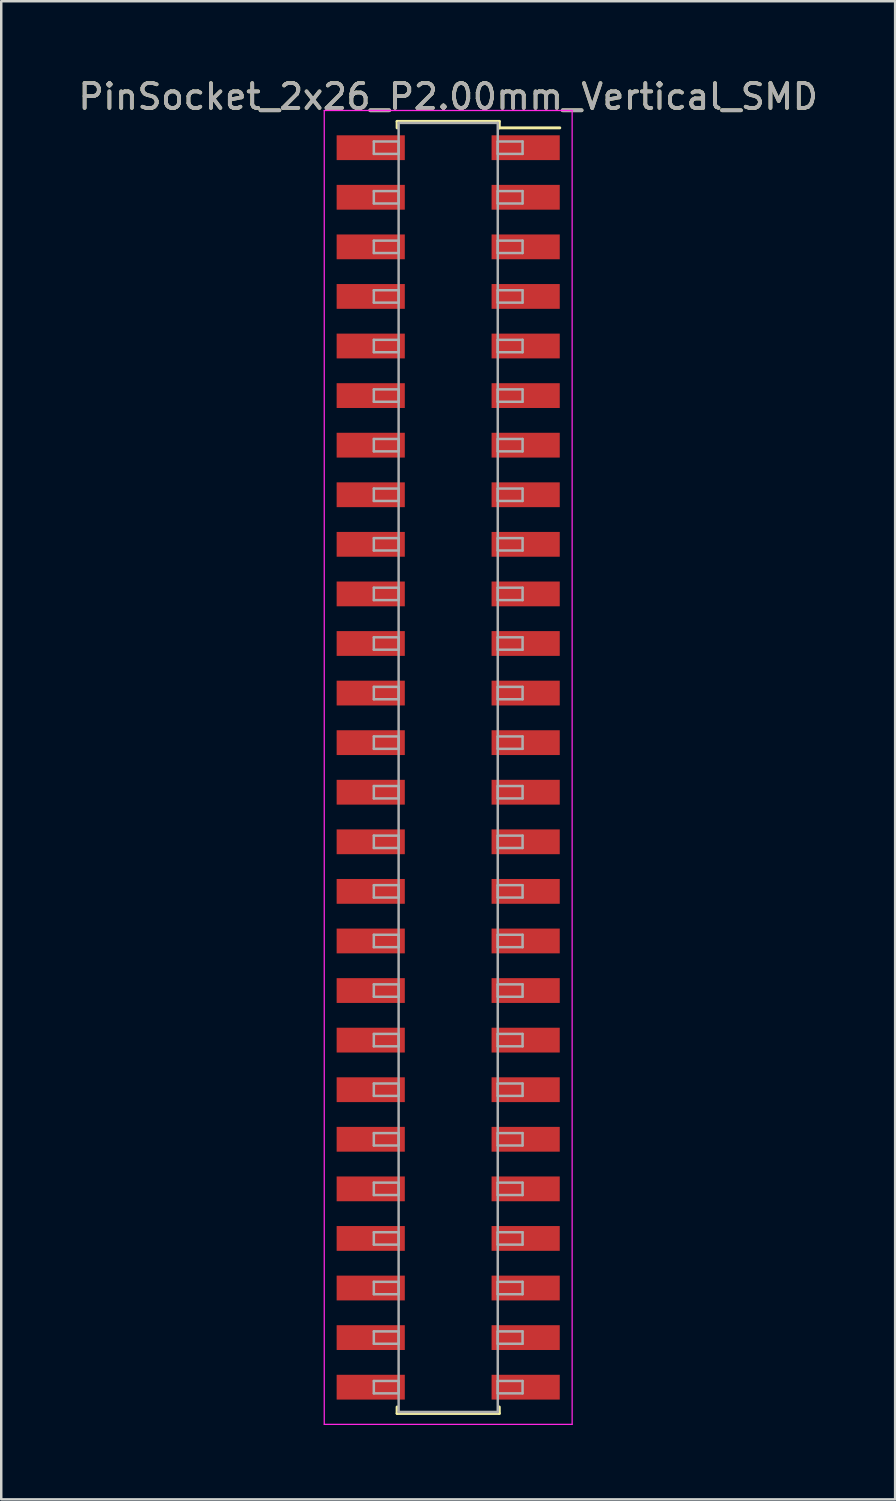
<source format=kicad_pcb>
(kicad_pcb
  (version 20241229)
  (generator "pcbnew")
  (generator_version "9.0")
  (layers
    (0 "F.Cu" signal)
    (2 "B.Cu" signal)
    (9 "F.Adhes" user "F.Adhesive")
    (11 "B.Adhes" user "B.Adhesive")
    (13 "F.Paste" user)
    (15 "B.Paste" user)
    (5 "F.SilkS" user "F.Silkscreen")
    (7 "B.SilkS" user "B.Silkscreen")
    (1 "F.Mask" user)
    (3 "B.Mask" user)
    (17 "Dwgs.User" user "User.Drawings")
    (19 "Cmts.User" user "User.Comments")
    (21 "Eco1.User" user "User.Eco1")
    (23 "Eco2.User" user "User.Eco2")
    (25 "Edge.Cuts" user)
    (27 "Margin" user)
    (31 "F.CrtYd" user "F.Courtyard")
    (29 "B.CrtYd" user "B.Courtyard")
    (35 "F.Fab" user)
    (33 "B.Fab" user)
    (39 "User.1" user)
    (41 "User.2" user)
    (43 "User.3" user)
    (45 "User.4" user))
  (footprint "PinSocket_2x26_P2.00mm_Vertical_SMD"
    (layer "F.Cu")
    (at 15.03 27.908)
    (property "Reference" "PinSocket_2x26_P2.00mm_Vertical_SMD" (at 0 -27.06 0) (layer "F.SilkS") (effects (font (size 1 1) (thickness 0.15))))
    (attr smd)
    (fp_line (start -2.06 -26.06) (end 2.06 -26.06) (stroke (width 0.12) (type solid)) (layer "F.SilkS"))
    (fp_line (start -2.06 -25.8) (end -2.06 -26.06) (stroke (width 0.12) (type solid)) (layer "F.SilkS"))
    (fp_line (start -2.06 25.8) (end -2.06 26.06) (stroke (width 0.12) (type solid)) (layer "F.SilkS"))
    (fp_line (start -2.06 26.06) (end 2.06 26.06) (stroke (width 0.12) (type solid)) (layer "F.SilkS"))
    (fp_line (start 2.06 -26.06) (end 2.06 -25.8) (stroke (width 0.12) (type solid)) (layer "F.SilkS"))
    (fp_line (start 2.06 26.06) (end 2.06 25.8) (stroke (width 0.12) (type solid)) (layer "F.SilkS"))
    (fp_line (start 4.5 -25.8) (end 2.06 -25.8) (stroke (width 0.12) (type solid)) (layer "F.SilkS"))
    (fp_line (start -5 -26.5) (end -5 26.5) (stroke (width 0.05) (type solid)) (layer "F.CrtYd"))
    (fp_line (start -5 26.5) (end 5 26.5) (stroke (width 0.05) (type solid)) (layer "F.CrtYd"))
    (fp_line (start 5 -26.5) (end -5 -26.5) (stroke (width 0.05) (type solid)) (layer "F.CrtYd"))
    (fp_line (start 5 26.5) (end 5 -26.5) (stroke (width 0.05) (type solid)) (layer "F.CrtYd"))
    (fp_line (start -3 -25.25) (end -2 -25.25) (stroke (width 0.1) (type solid)) (layer "F.Fab"))
    (fp_line (start -3 -24.75) (end -3 -25.25) (stroke (width 0.1) (type solid)) (layer "F.Fab"))
    (fp_line (start -3 -23.25) (end -2 -23.25) (stroke (width 0.1) (type solid)) (layer "F.Fab"))
    (fp_line (start -3 -22.75) (end -3 -23.25) (stroke (width 0.1) (type solid)) (layer "F.Fab"))
    (fp_line (start -3 -21.25) (end -2 -21.25) (stroke (width 0.1) (type solid)) (layer "F.Fab"))
    (fp_line (start -3 -20.75) (end -3 -21.25) (stroke (width 0.1) (type solid)) (layer "F.Fab"))
    (fp_line (start -3 -19.25) (end -2 -19.25) (stroke (width 0.1) (type solid)) (layer "F.Fab"))
    (fp_line (start -3 -18.75) (end -3 -19.25) (stroke (width 0.1) (type solid)) (layer "F.Fab"))
    (fp_line (start -3 -17.25) (end -2 -17.25) (stroke (width 0.1) (type solid)) (layer "F.Fab"))
    (fp_line (start -3 -16.75) (end -3 -17.25) (stroke (width 0.1) (type solid)) (layer "F.Fab"))
    (fp_line (start -3 -15.25) (end -2 -15.25) (stroke (width 0.1) (type solid)) (layer "F.Fab"))
    (fp_line (start -3 -14.75) (end -3 -15.25) (stroke (width 0.1) (type solid)) (layer "F.Fab"))
    (fp_line (start -3 -13.25) (end -2 -13.25) (stroke (width 0.1) (type solid)) (layer "F.Fab"))
    (fp_line (start -3 -12.75) (end -3 -13.25) (stroke (width 0.1) (type solid)) (layer "F.Fab"))
    (fp_line (start -3 -11.25) (end -2 -11.25) (stroke (width 0.1) (type solid)) (layer "F.Fab"))
    (fp_line (start -3 -10.75) (end -3 -11.25) (stroke (width 0.1) (type solid)) (layer "F.Fab"))
    (fp_line (start -3 -9.25) (end -2 -9.25) (stroke (width 0.1) (type solid)) (layer "F.Fab"))
    (fp_line (start -3 -8.75) (end -3 -9.25) (stroke (width 0.1) (type solid)) (layer "F.Fab"))
    (fp_line (start -3 -7.25) (end -2 -7.25) (stroke (width 0.1) (type solid)) (layer "F.Fab"))
    (fp_line (start -3 -6.75) (end -3 -7.25) (stroke (width 0.1) (type solid)) (layer "F.Fab"))
    (fp_line (start -3 -5.25) (end -2 -5.25) (stroke (width 0.1) (type solid)) (layer "F.Fab"))
    (fp_line (start -3 -4.75) (end -3 -5.25) (stroke (width 0.1) (type solid)) (layer "F.Fab"))
    (fp_line (start -3 -3.25) (end -2 -3.25) (stroke (width 0.1) (type solid)) (layer "F.Fab"))
    (fp_line (start -3 -2.75) (end -3 -3.25) (stroke (width 0.1) (type solid)) (layer "F.Fab"))
    (fp_line (start -3 -1.25) (end -2 -1.25) (stroke (width 0.1) (type solid)) (layer "F.Fab"))
    (fp_line (start -3 -0.75) (end -3 -1.25) (stroke (width 0.1) (type solid)) (layer "F.Fab"))
    (fp_line (start -3 0.75) (end -2 0.75) (stroke (width 0.1) (type solid)) (layer "F.Fab"))
    (fp_line (start -3 1.25) (end -3 0.75) (stroke (width 0.1) (type solid)) (layer "F.Fab"))
    (fp_line (start -3 2.75) (end -2 2.75) (stroke (width 0.1) (type solid)) (layer "F.Fab"))
    (fp_line (start -3 3.25) (end -3 2.75) (stroke (width 0.1) (type solid)) (layer "F.Fab"))
    (fp_line (start -3 4.75) (end -2 4.75) (stroke (width 0.1) (type solid)) (layer "F.Fab"))
    (fp_line (start -3 5.25) (end -3 4.75) (stroke (width 0.1) (type solid)) (layer "F.Fab"))
    (fp_line (start -3 6.75) (end -2 6.75) (stroke (width 0.1) (type solid)) (layer "F.Fab"))
    (fp_line (start -3 7.25) (end -3 6.75) (stroke (width 0.1) (type solid)) (layer "F.Fab"))
    (fp_line (start -3 8.75) (end -2 8.75) (stroke (width 0.1) (type solid)) (layer "F.Fab"))
    (fp_line (start -3 9.25) (end -3 8.75) (stroke (width 0.1) (type solid)) (layer "F.Fab"))
    (fp_line (start -3 10.75) (end -2 10.75) (stroke (width 0.1) (type solid)) (layer "F.Fab"))
    (fp_line (start -3 11.25) (end -3 10.75) (stroke (width 0.1) (type solid)) (layer "F.Fab"))
    (fp_line (start -3 12.75) (end -2 12.75) (stroke (width 0.1) (type solid)) (layer "F.Fab"))
    (fp_line (start -3 13.25) (end -3 12.75) (stroke (width 0.1) (type solid)) (layer "F.Fab"))
    (fp_line (start -3 14.75) (end -2 14.75) (stroke (width 0.1) (type solid)) (layer "F.Fab"))
    (fp_line (start -3 15.25) (end -3 14.75) (stroke (width 0.1) (type solid)) (layer "F.Fab"))
    (fp_line (start -3 16.75) (end -2 16.75) (stroke (width 0.1) (type solid)) (layer "F.Fab"))
    (fp_line (start -3 17.25) (end -3 16.75) (stroke (width 0.1) (type solid)) (layer "F.Fab"))
    (fp_line (start -3 18.75) (end -2 18.75) (stroke (width 0.1) (type solid)) (layer "F.Fab"))
    (fp_line (start -3 19.25) (end -3 18.75) (stroke (width 0.1) (type solid)) (layer "F.Fab"))
    (fp_line (start -3 20.75) (end -2 20.75) (stroke (width 0.1) (type solid)) (layer "F.Fab"))
    (fp_line (start -3 21.25) (end -3 20.75) (stroke (width 0.1) (type solid)) (layer "F.Fab"))
    (fp_line (start -3 22.75) (end -2 22.75) (stroke (width 0.1) (type solid)) (layer "F.Fab"))
    (fp_line (start -3 23.25) (end -3 22.75) (stroke (width 0.1) (type solid)) (layer "F.Fab"))
    (fp_line (start -3 24.75) (end -2 24.75) (stroke (width 0.1) (type solid)) (layer "F.Fab"))
    (fp_line (start -3 25.25) (end -3 24.75) (stroke (width 0.1) (type solid)) (layer "F.Fab"))
    (fp_line (start -2 -26) (end -2 26) (stroke (width 0.1) (type solid)) (layer "F.Fab"))
    (fp_line (start -2 -25.25) (end -2 -24.75) (stroke (width 0.1) (type solid)) (layer "F.Fab"))
    (fp_line (start -2 -24.75) (end -3 -24.75) (stroke (width 0.1) (type solid)) (layer "F.Fab"))
    (fp_line (start -2 -23.25) (end -2 -22.75) (stroke (width 0.1) (type solid)) (layer "F.Fab"))
    (fp_line (start -2 -22.75) (end -3 -22.75) (stroke (width 0.1) (type solid)) (layer "F.Fab"))
    (fp_line (start -2 -21.25) (end -2 -20.75) (stroke (width 0.1) (type solid)) (layer "F.Fab"))
    (fp_line (start -2 -20.75) (end -3 -20.75) (stroke (width 0.1) (type solid)) (layer "F.Fab"))
    (fp_line (start -2 -19.25) (end -2 -18.75) (stroke (width 0.1) (type solid)) (layer "F.Fab"))
    (fp_line (start -2 -18.75) (end -3 -18.75) (stroke (width 0.1) (type solid)) (layer "F.Fab"))
    (fp_line (start -2 -17.25) (end -2 -16.75) (stroke (width 0.1) (type solid)) (layer "F.Fab"))
    (fp_line (start -2 -16.75) (end -3 -16.75) (stroke (width 0.1) (type solid)) (layer "F.Fab"))
    (fp_line (start -2 -15.25) (end -2 -14.75) (stroke (width 0.1) (type solid)) (layer "F.Fab"))
    (fp_line (start -2 -14.75) (end -3 -14.75) (stroke (width 0.1) (type solid)) (layer "F.Fab"))
    (fp_line (start -2 -13.25) (end -2 -12.75) (stroke (width 0.1) (type solid)) (layer "F.Fab"))
    (fp_line (start -2 -12.75) (end -3 -12.75) (stroke (width 0.1) (type solid)) (layer "F.Fab"))
    (fp_line (start -2 -11.25) (end -2 -10.75) (stroke (width 0.1) (type solid)) (layer "F.Fab"))
    (fp_line (start -2 -10.75) (end -3 -10.75) (stroke (width 0.1) (type solid)) (layer "F.Fab"))
    (fp_line (start -2 -9.25) (end -2 -8.75) (stroke (width 0.1) (type solid)) (layer "F.Fab"))
    (fp_line (start -2 -8.75) (end -3 -8.75) (stroke (width 0.1) (type solid)) (layer "F.Fab"))
    (fp_line (start -2 -7.25) (end -2 -6.75) (stroke (width 0.1) (type solid)) (layer "F.Fab"))
    (fp_line (start -2 -6.75) (end -3 -6.75) (stroke (width 0.1) (type solid)) (layer "F.Fab"))
    (fp_line (start -2 -5.25) (end -2 -4.75) (stroke (width 0.1) (type solid)) (layer "F.Fab"))
    (fp_line (start -2 -4.75) (end -3 -4.75) (stroke (width 0.1) (type solid)) (layer "F.Fab"))
    (fp_line (start -2 -3.25) (end -2 -2.75) (stroke (width 0.1) (type solid)) (layer "F.Fab"))
    (fp_line (start -2 -2.75) (end -3 -2.75) (stroke (width 0.1) (type solid)) (layer "F.Fab"))
    (fp_line (start -2 -1.25) (end -2 -0.75) (stroke (width 0.1) (type solid)) (layer "F.Fab"))
    (fp_line (start -2 -0.75) (end -3 -0.75) (stroke (width 0.1) (type solid)) (layer "F.Fab"))
    (fp_line (start -2 0.75) (end -2 1.25) (stroke (width 0.1) (type solid)) (layer "F.Fab"))
    (fp_line (start -2 1.25) (end -3 1.25) (stroke (width 0.1) (type solid)) (layer "F.Fab"))
    (fp_line (start -2 2.75) (end -2 3.25) (stroke (width 0.1) (type solid)) (layer "F.Fab"))
    (fp_line (start -2 3.25) (end -3 3.25) (stroke (width 0.1) (type solid)) (layer "F.Fab"))
    (fp_line (start -2 4.75) (end -2 5.25) (stroke (width 0.1) (type solid)) (layer "F.Fab"))
    (fp_line (start -2 5.25) (end -3 5.25) (stroke (width 0.1) (type solid)) (layer "F.Fab"))
    (fp_line (start -2 6.75) (end -2 7.25) (stroke (width 0.1) (type solid)) (layer "F.Fab"))
    (fp_line (start -2 7.25) (end -3 7.25) (stroke (width 0.1) (type solid)) (layer "F.Fab"))
    (fp_line (start -2 8.75) (end -2 9.25) (stroke (width 0.1) (type solid)) (layer "F.Fab"))
    (fp_line (start -2 9.25) (end -3 9.25) (stroke (width 0.1) (type solid)) (layer "F.Fab"))
    (fp_line (start -2 10.75) (end -2 11.25) (stroke (width 0.1) (type solid)) (layer "F.Fab"))
    (fp_line (start -2 11.25) (end -3 11.25) (stroke (width 0.1) (type solid)) (layer "F.Fab"))
    (fp_line (start -2 12.75) (end -2 13.25) (stroke (width 0.1) (type solid)) (layer "F.Fab"))
    (fp_line (start -2 13.25) (end -3 13.25) (stroke (width 0.1) (type solid)) (layer "F.Fab"))
    (fp_line (start -2 14.75) (end -2 15.25) (stroke (width 0.1) (type solid)) (layer "F.Fab"))
    (fp_line (start -2 15.25) (end -3 15.25) (stroke (width 0.1) (type solid)) (layer "F.Fab"))
    (fp_line (start -2 16.75) (end -2 17.25) (stroke (width 0.1) (type solid)) (layer "F.Fab"))
    (fp_line (start -2 17.25) (end -3 17.25) (stroke (width 0.1) (type solid)) (layer "F.Fab"))
    (fp_line (start -2 18.75) (end -2 19.25) (stroke (width 0.1) (type solid)) (layer "F.Fab"))
    (fp_line (start -2 19.25) (end -3 19.25) (stroke (width 0.1) (type solid)) (layer "F.Fab"))
    (fp_line (start -2 20.75) (end -2 21.25) (stroke (width 0.1) (type solid)) (layer "F.Fab"))
    (fp_line (start -2 21.25) (end -3 21.25) (stroke (width 0.1) (type solid)) (layer "F.Fab"))
    (fp_line (start -2 22.75) (end -2 23.25) (stroke (width 0.1) (type solid)) (layer "F.Fab"))
    (fp_line (start -2 23.25) (end -3 23.25) (stroke (width 0.1) (type solid)) (layer "F.Fab"))
    (fp_line (start -2 24.75) (end -2 25.25) (stroke (width 0.1) (type solid)) (layer "F.Fab"))
    (fp_line (start -2 25.25) (end -3 25.25) (stroke (width 0.1) (type solid)) (layer "F.Fab"))
    (fp_line (start -2 26) (end 2 26) (stroke (width 0.1) (type solid)) (layer "F.Fab"))
    (fp_line (start 2 -26) (end -2 -26) (stroke (width 0.1) (type solid)) (layer "F.Fab"))
    (fp_line (start 2 -25.25) (end 2 -24.75) (stroke (width 0.1) (type solid)) (layer "F.Fab"))
    (fp_line (start 2 -24.75) (end 3 -24.75) (stroke (width 0.1) (type solid)) (layer "F.Fab"))
    (fp_line (start 2 -23.25) (end 2 -22.75) (stroke (width 0.1) (type solid)) (layer "F.Fab"))
    (fp_line (start 2 -22.75) (end 3 -22.75) (stroke (width 0.1) (type solid)) (layer "F.Fab"))
    (fp_line (start 2 -21.25) (end 2 -20.75) (stroke (width 0.1) (type solid)) (layer "F.Fab"))
    (fp_line (start 2 -20.75) (end 3 -20.75) (stroke (width 0.1) (type solid)) (layer "F.Fab"))
    (fp_line (start 2 -19.25) (end 2 -18.75) (stroke (width 0.1) (type solid)) (layer "F.Fab"))
    (fp_line (start 2 -18.75) (end 3 -18.75) (stroke (width 0.1) (type solid)) (layer "F.Fab"))
    (fp_line (start 2 -17.25) (end 2 -16.75) (stroke (width 0.1) (type solid)) (layer "F.Fab"))
    (fp_line (start 2 -16.75) (end 3 -16.75) (stroke (width 0.1) (type solid)) (layer "F.Fab"))
    (fp_line (start 2 -15.25) (end 2 -14.75) (stroke (width 0.1) (type solid)) (layer "F.Fab"))
    (fp_line (start 2 -14.75) (end 3 -14.75) (stroke (width 0.1) (type solid)) (layer "F.Fab"))
    (fp_line (start 2 -13.25) (end 2 -12.75) (stroke (width 0.1) (type solid)) (layer "F.Fab"))
    (fp_line (start 2 -12.75) (end 3 -12.75) (stroke (width 0.1) (type solid)) (layer "F.Fab"))
    (fp_line (start 2 -11.25) (end 2 -10.75) (stroke (width 0.1) (type solid)) (layer "F.Fab"))
    (fp_line (start 2 -10.75) (end 3 -10.75) (stroke (width 0.1) (type solid)) (layer "F.Fab"))
    (fp_line (start 2 -9.25) (end 2 -8.75) (stroke (width 0.1) (type solid)) (layer "F.Fab"))
    (fp_line (start 2 -8.75) (end 3 -8.75) (stroke (width 0.1) (type solid)) (layer "F.Fab"))
    (fp_line (start 2 -7.25) (end 2 -6.75) (stroke (width 0.1) (type solid)) (layer "F.Fab"))
    (fp_line (start 2 -6.75) (end 3 -6.75) (stroke (width 0.1) (type solid)) (layer "F.Fab"))
    (fp_line (start 2 -5.25) (end 2 -4.75) (stroke (width 0.1) (type solid)) (layer "F.Fab"))
    (fp_line (start 2 -4.75) (end 3 -4.75) (stroke (width 0.1) (type solid)) (layer "F.Fab"))
    (fp_line (start 2 -3.25) (end 2 -2.75) (stroke (width 0.1) (type solid)) (layer "F.Fab"))
    (fp_line (start 2 -2.75) (end 3 -2.75) (stroke (width 0.1) (type solid)) (layer "F.Fab"))
    (fp_line (start 2 -1.25) (end 2 -0.75) (stroke (width 0.1) (type solid)) (layer "F.Fab"))
    (fp_line (start 2 -0.75) (end 3 -0.75) (stroke (width 0.1) (type solid)) (layer "F.Fab"))
    (fp_line (start 2 0.75) (end 2 1.25) (stroke (width 0.1) (type solid)) (layer "F.Fab"))
    (fp_line (start 2 1.25) (end 3 1.25) (stroke (width 0.1) (type solid)) (layer "F.Fab"))
    (fp_line (start 2 2.75) (end 2 3.25) (stroke (width 0.1) (type solid)) (layer "F.Fab"))
    (fp_line (start 2 3.25) (end 3 3.25) (stroke (width 0.1) (type solid)) (layer "F.Fab"))
    (fp_line (start 2 4.75) (end 2 5.25) (stroke (width 0.1) (type solid)) (layer "F.Fab"))
    (fp_line (start 2 5.25) (end 3 5.25) (stroke (width 0.1) (type solid)) (layer "F.Fab"))
    (fp_line (start 2 6.75) (end 2 7.25) (stroke (width 0.1) (type solid)) (layer "F.Fab"))
    (fp_line (start 2 7.25) (end 3 7.25) (stroke (width 0.1) (type solid)) (layer "F.Fab"))
    (fp_line (start 2 8.75) (end 2 9.25) (stroke (width 0.1) (type solid)) (layer "F.Fab"))
    (fp_line (start 2 9.25) (end 3 9.25) (stroke (width 0.1) (type solid)) (layer "F.Fab"))
    (fp_line (start 2 10.75) (end 2 11.25) (stroke (width 0.1) (type solid)) (layer "F.Fab"))
    (fp_line (start 2 11.25) (end 3 11.25) (stroke (width 0.1) (type solid)) (layer "F.Fab"))
    (fp_line (start 2 12.75) (end 2 13.25) (stroke (width 0.1) (type solid)) (layer "F.Fab"))
    (fp_line (start 2 13.25) (end 3 13.25) (stroke (width 0.1) (type solid)) (layer "F.Fab"))
    (fp_line (start 2 14.75) (end 2 15.25) (stroke (width 0.1) (type solid)) (layer "F.Fab"))
    (fp_line (start 2 15.25) (end 3 15.25) (stroke (width 0.1) (type solid)) (layer "F.Fab"))
    (fp_line (start 2 16.75) (end 2 17.25) (stroke (width 0.1) (type solid)) (layer "F.Fab"))
    (fp_line (start 2 17.25) (end 3 17.25) (stroke (width 0.1) (type solid)) (layer "F.Fab"))
    (fp_line (start 2 18.75) (end 2 19.25) (stroke (width 0.1) (type solid)) (layer "F.Fab"))
    (fp_line (start 2 19.25) (end 3 19.25) (stroke (width 0.1) (type solid)) (layer "F.Fab"))
    (fp_line (start 2 20.75) (end 2 21.25) (stroke (width 0.1) (type solid)) (layer "F.Fab"))
    (fp_line (start 2 21.25) (end 3 21.25) (stroke (width 0.1) (type solid)) (layer "F.Fab"))
    (fp_line (start 2 22.75) (end 2 23.25) (stroke (width 0.1) (type solid)) (layer "F.Fab"))
    (fp_line (start 2 23.25) (end 3 23.25) (stroke (width 0.1) (type solid)) (layer "F.Fab"))
    (fp_line (start 2 24.75) (end 2 25.25) (stroke (width 0.1) (type solid)) (layer "F.Fab"))
    (fp_line (start 2 25.25) (end 3 25.25) (stroke (width 0.1) (type solid)) (layer "F.Fab"))
    (fp_line (start 2 26) (end 2 -26) (stroke (width 0.1) (type solid)) (layer "F.Fab"))
    (fp_line (start 3 -25.25) (end 2 -25.25) (stroke (width 0.1) (type solid)) (layer "F.Fab"))
    (fp_line (start 3 -24.75) (end 3 -25.25) (stroke (width 0.1) (type solid)) (layer "F.Fab"))
    (fp_line (start 3 -23.25) (end 2 -23.25) (stroke (width 0.1) (type solid)) (layer "F.Fab"))
    (fp_line (start 3 -22.75) (end 3 -23.25) (stroke (width 0.1) (type solid)) (layer "F.Fab"))
    (fp_line (start 3 -21.25) (end 2 -21.25) (stroke (width 0.1) (type solid)) (layer "F.Fab"))
    (fp_line (start 3 -20.75) (end 3 -21.25) (stroke (width 0.1) (type solid)) (layer "F.Fab"))
    (fp_line (start 3 -19.25) (end 2 -19.25) (stroke (width 0.1) (type solid)) (layer "F.Fab"))
    (fp_line (start 3 -18.75) (end 3 -19.25) (stroke (width 0.1) (type solid)) (layer "F.Fab"))
    (fp_line (start 3 -17.25) (end 2 -17.25) (stroke (width 0.1) (type solid)) (layer "F.Fab"))
    (fp_line (start 3 -16.75) (end 3 -17.25) (stroke (width 0.1) (type solid)) (layer "F.Fab"))
    (fp_line (start 3 -15.25) (end 2 -15.25) (stroke (width 0.1) (type solid)) (layer "F.Fab"))
    (fp_line (start 3 -14.75) (end 3 -15.25) (stroke (width 0.1) (type solid)) (layer "F.Fab"))
    (fp_line (start 3 -13.25) (end 2 -13.25) (stroke (width 0.1) (type solid)) (layer "F.Fab"))
    (fp_line (start 3 -12.75) (end 3 -13.25) (stroke (width 0.1) (type solid)) (layer "F.Fab"))
    (fp_line (start 3 -11.25) (end 2 -11.25) (stroke (width 0.1) (type solid)) (layer "F.Fab"))
    (fp_line (start 3 -10.75) (end 3 -11.25) (stroke (width 0.1) (type solid)) (layer "F.Fab"))
    (fp_line (start 3 -9.25) (end 2 -9.25) (stroke (width 0.1) (type solid)) (layer "F.Fab"))
    (fp_line (start 3 -8.75) (end 3 -9.25) (stroke (width 0.1) (type solid)) (layer "F.Fab"))
    (fp_line (start 3 -7.25) (end 2 -7.25) (stroke (width 0.1) (type solid)) (layer "F.Fab"))
    (fp_line (start 3 -6.75) (end 3 -7.25) (stroke (width 0.1) (type solid)) (layer "F.Fab"))
    (fp_line (start 3 -5.25) (end 2 -5.25) (stroke (width 0.1) (type solid)) (layer "F.Fab"))
    (fp_line (start 3 -4.75) (end 3 -5.25) (stroke (width 0.1) (type solid)) (layer "F.Fab"))
    (fp_line (start 3 -3.25) (end 2 -3.25) (stroke (width 0.1) (type solid)) (layer "F.Fab"))
    (fp_line (start 3 -2.75) (end 3 -3.25) (stroke (width 0.1) (type solid)) (layer "F.Fab"))
    (fp_line (start 3 -1.25) (end 2 -1.25) (stroke (width 0.1) (type solid)) (layer "F.Fab"))
    (fp_line (start 3 -0.75) (end 3 -1.25) (stroke (width 0.1) (type solid)) (layer "F.Fab"))
    (fp_line (start 3 0.75) (end 2 0.75) (stroke (width 0.1) (type solid)) (layer "F.Fab"))
    (fp_line (start 3 1.25) (end 3 0.75) (stroke (width 0.1) (type solid)) (layer "F.Fab"))
    (fp_line (start 3 2.75) (end 2 2.75) (stroke (width 0.1) (type solid)) (layer "F.Fab"))
    (fp_line (start 3 3.25) (end 3 2.75) (stroke (width 0.1) (type solid)) (layer "F.Fab"))
    (fp_line (start 3 4.75) (end 2 4.75) (stroke (width 0.1) (type solid)) (layer "F.Fab"))
    (fp_line (start 3 5.25) (end 3 4.75) (stroke (width 0.1) (type solid)) (layer "F.Fab"))
    (fp_line (start 3 6.75) (end 2 6.75) (stroke (width 0.1) (type solid)) (layer "F.Fab"))
    (fp_line (start 3 7.25) (end 3 6.75) (stroke (width 0.1) (type solid)) (layer "F.Fab"))
    (fp_line (start 3 8.75) (end 2 8.75) (stroke (width 0.1) (type solid)) (layer "F.Fab"))
    (fp_line (start 3 9.25) (end 3 8.75) (stroke (width 0.1) (type solid)) (layer "F.Fab"))
    (fp_line (start 3 10.75) (end 2 10.75) (stroke (width 0.1) (type solid)) (layer "F.Fab"))
    (fp_line (start 3 11.25) (end 3 10.75) (stroke (width 0.1) (type solid)) (layer "F.Fab"))
    (fp_line (start 3 12.75) (end 2 12.75) (stroke (width 0.1) (type solid)) (layer "F.Fab"))
    (fp_line (start 3 13.25) (end 3 12.75) (stroke (width 0.1) (type solid)) (layer "F.Fab"))
    (fp_line (start 3 14.75) (end 2 14.75) (stroke (width 0.1) (type solid)) (layer "F.Fab"))
    (fp_line (start 3 15.25) (end 3 14.75) (stroke (width 0.1) (type solid)) (layer "F.Fab"))
    (fp_line (start 3 16.75) (end 2 16.75) (stroke (width 0.1) (type solid)) (layer "F.Fab"))
    (fp_line (start 3 17.25) (end 3 16.75) (stroke (width 0.1) (type solid)) (layer "F.Fab"))
    (fp_line (start 3 18.75) (end 2 18.75) (stroke (width 0.1) (type solid)) (layer "F.Fab"))
    (fp_line (start 3 19.25) (end 3 18.75) (stroke (width 0.1) (type solid)) (layer "F.Fab"))
    (fp_line (start 3 20.75) (end 2 20.75) (stroke (width 0.1) (type solid)) (layer "F.Fab"))
    (fp_line (start 3 21.25) (end 3 20.75) (stroke (width 0.1) (type solid)) (layer "F.Fab"))
    (fp_line (start 3 22.75) (end 2 22.75) (stroke (width 0.1) (type solid)) (layer "F.Fab"))
    (fp_line (start 3 23.25) (end 3 22.75) (stroke (width 0.1) (type solid)) (layer "F.Fab"))
    (fp_line (start 3 24.75) (end 2 24.75) (stroke (width 0.1) (type solid)) (layer "F.Fab"))
    (fp_line (start 3 25.25) (end 3 24.75) (stroke (width 0.1) (type solid)) (layer "F.Fab"))
    (fp_text user "${REFERENCE}" (at 0 -27.06 0) (layer "F.Fab") (effects (font (size 1 1) (thickness 0.15))))
    (pad "1" smd rect (at 3.125 -25) (size 2.75 1) (layers "F.Cu" "F.Mask" "F.Paste"))
    (pad "2" smd rect (at -3.125 -25) (size 2.75 1) (layers "F.Cu" "F.Mask" "F.Paste"))
    (pad "3" smd rect (at 3.125 -23) (size 2.75 1) (layers "F.Cu" "F.Mask" "F.Paste"))
    (pad "4" smd rect (at -3.125 -23) (size 2.75 1) (layers "F.Cu" "F.Mask" "F.Paste"))
    (pad "5" smd rect (at 3.125 -21) (size 2.75 1) (layers "F.Cu" "F.Mask" "F.Paste"))
    (pad "6" smd rect (at -3.125 -21) (size 2.75 1) (layers "F.Cu" "F.Mask" "F.Paste"))
    (pad "7" smd rect (at 3.125 -19) (size 2.75 1) (layers "F.Cu" "F.Mask" "F.Paste"))
    (pad "8" smd rect (at -3.125 -19) (size 2.75 1) (layers "F.Cu" "F.Mask" "F.Paste"))
    (pad "9" smd rect (at 3.125 -17) (size 2.75 1) (layers "F.Cu" "F.Mask" "F.Paste"))
    (pad "10" smd rect (at -3.125 -17) (size 2.75 1) (layers "F.Cu" "F.Mask" "F.Paste"))
    (pad "11" smd rect (at 3.125 -15) (size 2.75 1) (layers "F.Cu" "F.Mask" "F.Paste"))
    (pad "12" smd rect (at -3.125 -15) (size 2.75 1) (layers "F.Cu" "F.Mask" "F.Paste"))
    (pad "13" smd rect (at 3.125 -13) (size 2.75 1) (layers "F.Cu" "F.Mask" "F.Paste"))
    (pad "14" smd rect (at -3.125 -13) (size 2.75 1) (layers "F.Cu" "F.Mask" "F.Paste"))
    (pad "15" smd rect (at 3.125 -11) (size 2.75 1) (layers "F.Cu" "F.Mask" "F.Paste"))
    (pad "16" smd rect (at -3.125 -11) (size 2.75 1) (layers "F.Cu" "F.Mask" "F.Paste"))
    (pad "17" smd rect (at 3.125 -9) (size 2.75 1) (layers "F.Cu" "F.Mask" "F.Paste"))
    (pad "18" smd rect (at -3.125 -9) (size 2.75 1) (layers "F.Cu" "F.Mask" "F.Paste"))
    (pad "19" smd rect (at 3.125 -7) (size 2.75 1) (layers "F.Cu" "F.Mask" "F.Paste"))
    (pad "20" smd rect (at -3.125 -7) (size 2.75 1) (layers "F.Cu" "F.Mask" "F.Paste"))
    (pad "21" smd rect (at 3.125 -5) (size 2.75 1) (layers "F.Cu" "F.Mask" "F.Paste"))
    (pad "22" smd rect (at -3.125 -5) (size 2.75 1) (layers "F.Cu" "F.Mask" "F.Paste"))
    (pad "23" smd rect (at 3.125 -3) (size 2.75 1) (layers "F.Cu" "F.Mask" "F.Paste"))
    (pad "24" smd rect (at -3.125 -3) (size 2.75 1) (layers "F.Cu" "F.Mask" "F.Paste"))
    (pad "25" smd rect (at 3.125 -1) (size 2.75 1) (layers "F.Cu" "F.Mask" "F.Paste"))
    (pad "26" smd rect (at -3.125 -1) (size 2.75 1) (layers "F.Cu" "F.Mask" "F.Paste"))
    (pad "27" smd rect (at 3.125 1) (size 2.75 1) (layers "F.Cu" "F.Mask" "F.Paste"))
    (pad "28" smd rect (at -3.125 1) (size 2.75 1) (layers "F.Cu" "F.Mask" "F.Paste"))
    (pad "29" smd rect (at 3.125 3) (size 2.75 1) (layers "F.Cu" "F.Mask" "F.Paste"))
    (pad "30" smd rect (at -3.125 3) (size 2.75 1) (layers "F.Cu" "F.Mask" "F.Paste"))
    (pad "31" smd rect (at 3.125 5) (size 2.75 1) (layers "F.Cu" "F.Mask" "F.Paste"))
    (pad "32" smd rect (at -3.125 5) (size 2.75 1) (layers "F.Cu" "F.Mask" "F.Paste"))
    (pad "33" smd rect (at 3.125 7) (size 2.75 1) (layers "F.Cu" "F.Mask" "F.Paste"))
    (pad "34" smd rect (at -3.125 7) (size 2.75 1) (layers "F.Cu" "F.Mask" "F.Paste"))
    (pad "35" smd rect (at 3.125 9) (size 2.75 1) (layers "F.Cu" "F.Mask" "F.Paste"))
    (pad "36" smd rect (at -3.125 9) (size 2.75 1) (layers "F.Cu" "F.Mask" "F.Paste"))
    (pad "37" smd rect (at 3.125 11) (size 2.75 1) (layers "F.Cu" "F.Mask" "F.Paste"))
    (pad "38" smd rect (at -3.125 11) (size 2.75 1) (layers "F.Cu" "F.Mask" "F.Paste"))
    (pad "39" smd rect (at 3.125 13) (size 2.75 1) (layers "F.Cu" "F.Mask" "F.Paste"))
    (pad "40" smd rect (at -3.125 13) (size 2.75 1) (layers "F.Cu" "F.Mask" "F.Paste"))
    (pad "41" smd rect (at 3.125 15) (size 2.75 1) (layers "F.Cu" "F.Mask" "F.Paste"))
    (pad "42" smd rect (at -3.125 15) (size 2.75 1) (layers "F.Cu" "F.Mask" "F.Paste"))
    (pad "43" smd rect (at 3.125 17) (size 2.75 1) (layers "F.Cu" "F.Mask" "F.Paste"))
    (pad "44" smd rect (at -3.125 17) (size 2.75 1) (layers "F.Cu" "F.Mask" "F.Paste"))
    (pad "45" smd rect (at 3.125 19) (size 2.75 1) (layers "F.Cu" "F.Mask" "F.Paste"))
    (pad "46" smd rect (at -3.125 19) (size 2.75 1) (layers "F.Cu" "F.Mask" "F.Paste"))
    (pad "47" smd rect (at 3.125 21) (size 2.75 1) (layers "F.Cu" "F.Mask" "F.Paste"))
    (pad "48" smd rect (at -3.125 21) (size 2.75 1) (layers "F.Cu" "F.Mask" "F.Paste"))
    (pad "49" smd rect (at 3.125 23) (size 2.75 1) (layers "F.Cu" "F.Mask" "F.Paste"))
    (pad "50" smd rect (at -3.125 23) (size 2.75 1) (layers "F.Cu" "F.Mask" "F.Paste"))
    (pad "51" smd rect (at 3.125 25) (size 2.75 1) (layers "F.Cu" "F.Mask" "F.Paste"))
    (pad "52" smd rect (at -3.125 25) (size 2.75 1) (layers "F.Cu" "F.Mask" "F.Paste")))
  (gr_rect
    (start -3 -3)
    (end 33.06 57.433)
    (stroke (width 0.1) (type default))
    (fill no)
    (layer "Edge.Cuts")))
</source>
